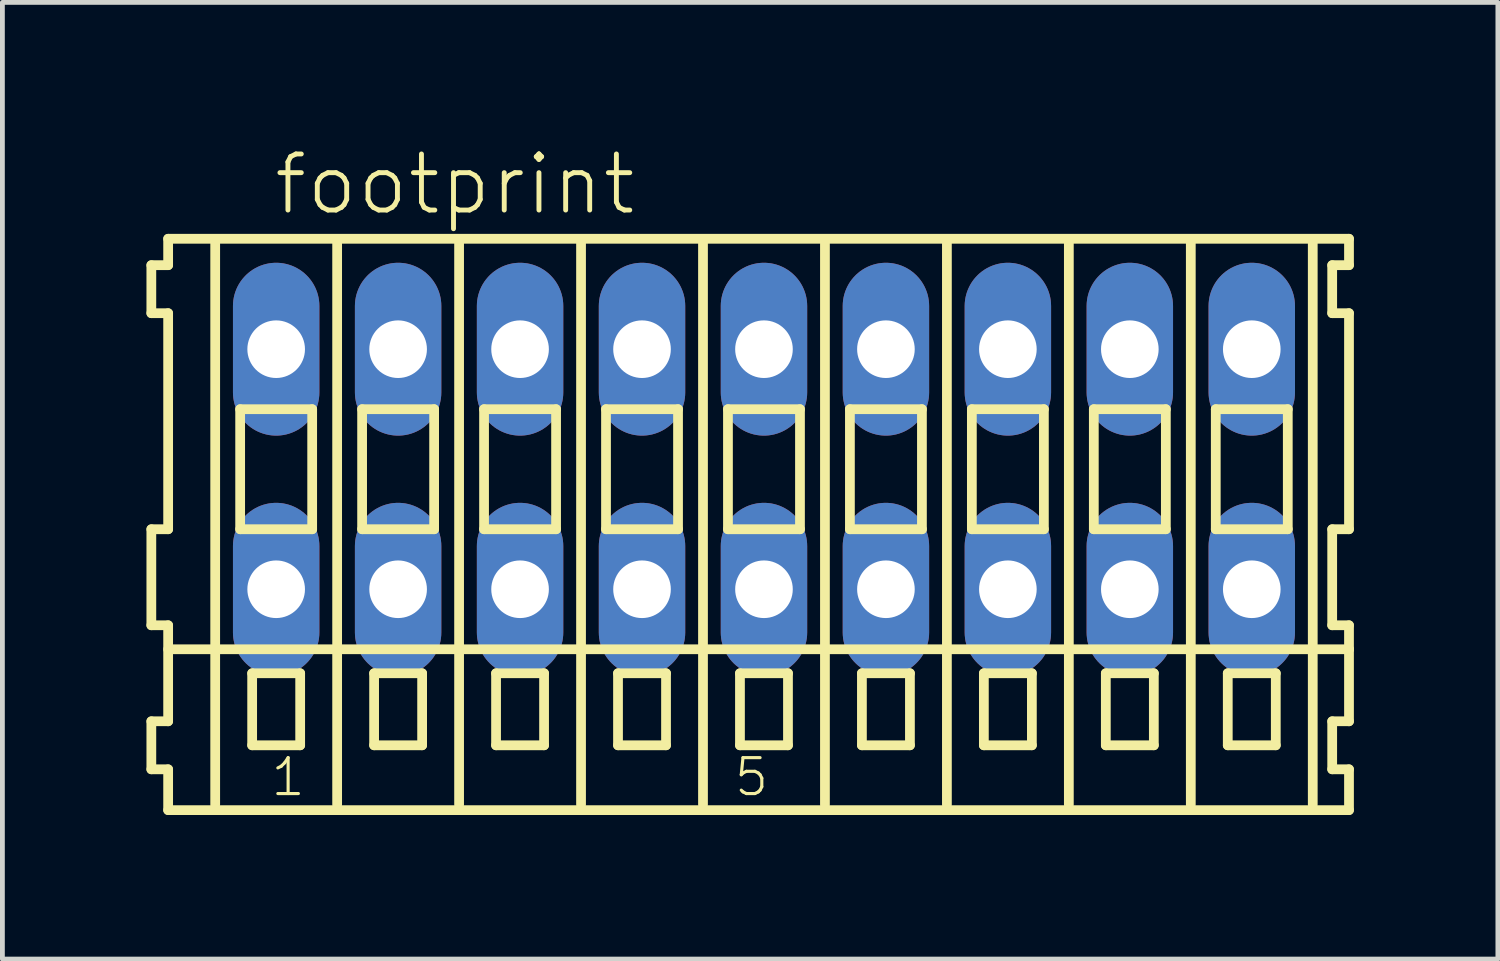
<source format=kicad_pcb>
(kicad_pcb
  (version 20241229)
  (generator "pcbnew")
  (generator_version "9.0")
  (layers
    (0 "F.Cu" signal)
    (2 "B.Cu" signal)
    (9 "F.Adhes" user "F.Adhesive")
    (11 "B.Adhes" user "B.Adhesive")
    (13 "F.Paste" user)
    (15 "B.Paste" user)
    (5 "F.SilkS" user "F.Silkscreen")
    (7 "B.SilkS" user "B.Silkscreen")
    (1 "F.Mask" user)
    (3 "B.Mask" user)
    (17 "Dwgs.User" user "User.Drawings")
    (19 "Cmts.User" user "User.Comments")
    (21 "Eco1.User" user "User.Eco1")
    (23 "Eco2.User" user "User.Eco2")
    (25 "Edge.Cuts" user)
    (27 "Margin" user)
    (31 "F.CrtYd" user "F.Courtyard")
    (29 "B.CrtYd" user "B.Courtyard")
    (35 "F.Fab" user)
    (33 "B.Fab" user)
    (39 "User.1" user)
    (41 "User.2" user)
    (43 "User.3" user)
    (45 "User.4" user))
  (footprint "footprint"
    (layer "F.Cu")
    (at 12.862 6.723)
    (property "Reference" "footprint" (at -10.26 -5.25 0) (layer "F.SilkS") (effects (font (size 1.168 1.168) (thickness 0.102)) (justify left bottom)))
    (fp_line (start -12.76 -4.25) (end -12.76 -3.25) (stroke (width 0.203) (type solid)) (layer "F.SilkS"))
    (fp_line (start -12.76 -3.25) (end -12.41 -3.25) (stroke (width 0.203) (type solid)) (layer "F.SilkS"))
    (fp_line (start -12.76 1.25) (end -12.76 3.25) (stroke (width 0.203) (type solid)) (layer "F.SilkS"))
    (fp_line (start -12.76 3.25) (end -12.41 3.25) (stroke (width 0.203) (type solid)) (layer "F.SilkS"))
    (fp_line (start -12.76 5.25) (end -12.76 6.25) (stroke (width 0.203) (type solid)) (layer "F.SilkS"))
    (fp_line (start -12.76 6.25) (end -12.41 6.25) (stroke (width 0.203) (type solid)) (layer "F.SilkS"))
    (fp_line (start -12.41 -4.8) (end -12.41 -4.25) (stroke (width 0.203) (type solid)) (layer "F.SilkS"))
    (fp_line (start -12.41 -4.25) (end -12.76 -4.25) (stroke (width 0.203) (type solid)) (layer "F.SilkS"))
    (fp_line (start -12.41 -3.25) (end -12.41 1.25) (stroke (width 0.203) (type solid)) (layer "F.SilkS"))
    (fp_line (start -12.41 1.25) (end -12.76 1.25) (stroke (width 0.203) (type solid)) (layer "F.SilkS"))
    (fp_line (start -12.41 3.25) (end -12.41 5.25) (stroke (width 0.203) (type solid)) (layer "F.SilkS"))
    (fp_line (start -12.41 3.75) (end 12.185 3.75) (stroke (width 0.203) (type solid)) (layer "F.SilkS"))
    (fp_line (start -12.41 5.25) (end -12.76 5.25) (stroke (width 0.203) (type solid)) (layer "F.SilkS"))
    (fp_line (start -12.41 6.25) (end -12.41 7.1) (stroke (width 0.203) (type solid)) (layer "F.SilkS"))
    (fp_line (start -12.41 7.1) (end 12.185 7.1) (stroke (width 0.203) (type solid)) (layer "F.SilkS"))
    (fp_line (start -11.43 6.985) (end -11.43 -4.699) (stroke (width 0.203) (type solid)) (layer "F.SilkS"))
    (fp_line (start -10.91 -1.25) (end -10.91 1.25) (stroke (width 0.203) (type solid)) (layer "F.SilkS"))
    (fp_line (start -10.91 1.25) (end -9.41 1.25) (stroke (width 0.203) (type solid)) (layer "F.SilkS"))
    (fp_line (start -10.66 4.25) (end -10.66 5.75) (stroke (width 0.203) (type solid)) (layer "F.SilkS"))
    (fp_line (start -10.66 5.75) (end -9.66 5.75) (stroke (width 0.203) (type solid)) (layer "F.SilkS"))
    (fp_line (start -9.66 4.25) (end -10.66 4.25) (stroke (width 0.203) (type solid)) (layer "F.SilkS"))
    (fp_line (start -9.66 5.75) (end -9.66 4.25) (stroke (width 0.203) (type solid)) (layer "F.SilkS"))
    (fp_line (start -9.41 -1.25) (end -10.91 -1.25) (stroke (width 0.203) (type solid)) (layer "F.SilkS"))
    (fp_line (start -9.41 1.25) (end -9.41 -1.25) (stroke (width 0.203) (type solid)) (layer "F.SilkS"))
    (fp_line (start -8.89 6.985) (end -8.89 -4.699) (stroke (width 0.203) (type solid)) (layer "F.SilkS"))
    (fp_line (start -8.37 -1.25) (end -8.37 1.25) (stroke (width 0.203) (type solid)) (layer "F.SilkS"))
    (fp_line (start -8.37 1.25) (end -6.87 1.25) (stroke (width 0.203) (type solid)) (layer "F.SilkS"))
    (fp_line (start -8.12 4.25) (end -8.12 5.75) (stroke (width 0.203) (type solid)) (layer "F.SilkS"))
    (fp_line (start -8.12 5.75) (end -7.12 5.75) (stroke (width 0.203) (type solid)) (layer "F.SilkS"))
    (fp_line (start -7.12 4.25) (end -8.12 4.25) (stroke (width 0.203) (type solid)) (layer "F.SilkS"))
    (fp_line (start -7.12 5.75) (end -7.12 4.25) (stroke (width 0.203) (type solid)) (layer "F.SilkS"))
    (fp_line (start -6.87 -1.25) (end -8.37 -1.25) (stroke (width 0.203) (type solid)) (layer "F.SilkS"))
    (fp_line (start -6.87 1.25) (end -6.87 -1.25) (stroke (width 0.203) (type solid)) (layer "F.SilkS"))
    (fp_line (start -6.35 6.985) (end -6.35 -4.699) (stroke (width 0.203) (type solid)) (layer "F.SilkS"))
    (fp_line (start -5.83 -1.25) (end -5.83 1.25) (stroke (width 0.203) (type solid)) (layer "F.SilkS"))
    (fp_line (start -5.83 1.25) (end -4.33 1.25) (stroke (width 0.203) (type solid)) (layer "F.SilkS"))
    (fp_line (start -5.58 4.25) (end -5.58 5.75) (stroke (width 0.203) (type solid)) (layer "F.SilkS"))
    (fp_line (start -5.58 5.75) (end -4.58 5.75) (stroke (width 0.203) (type solid)) (layer "F.SilkS"))
    (fp_line (start -4.58 4.25) (end -5.58 4.25) (stroke (width 0.203) (type solid)) (layer "F.SilkS"))
    (fp_line (start -4.58 5.75) (end -4.58 4.25) (stroke (width 0.203) (type solid)) (layer "F.SilkS"))
    (fp_line (start -4.33 -1.25) (end -5.83 -1.25) (stroke (width 0.203) (type solid)) (layer "F.SilkS"))
    (fp_line (start -4.33 1.25) (end -4.33 -1.25) (stroke (width 0.203) (type solid)) (layer "F.SilkS"))
    (fp_line (start -3.81 6.985) (end -3.81 -4.699) (stroke (width 0.203) (type solid)) (layer "F.SilkS"))
    (fp_line (start -3.29 -1.25) (end -3.29 1.25) (stroke (width 0.203) (type solid)) (layer "F.SilkS"))
    (fp_line (start -3.29 1.25) (end -1.79 1.25) (stroke (width 0.203) (type solid)) (layer "F.SilkS"))
    (fp_line (start -3.04 4.25) (end -3.04 5.75) (stroke (width 0.203) (type solid)) (layer "F.SilkS"))
    (fp_line (start -3.04 5.75) (end -2.04 5.75) (stroke (width 0.203) (type solid)) (layer "F.SilkS"))
    (fp_line (start -2.04 4.25) (end -3.04 4.25) (stroke (width 0.203) (type solid)) (layer "F.SilkS"))
    (fp_line (start -2.04 5.75) (end -2.04 4.25) (stroke (width 0.203) (type solid)) (layer "F.SilkS"))
    (fp_line (start -1.79 -1.25) (end -3.29 -1.25) (stroke (width 0.203) (type solid)) (layer "F.SilkS"))
    (fp_line (start -1.79 1.25) (end -1.79 -1.25) (stroke (width 0.203) (type solid)) (layer "F.SilkS"))
    (fp_line (start -1.27 6.985) (end -1.27 -4.699) (stroke (width 0.203) (type solid)) (layer "F.SilkS"))
    (fp_line (start -0.75 -1.25) (end -0.75 1.25) (stroke (width 0.203) (type solid)) (layer "F.SilkS"))
    (fp_line (start -0.75 1.25) (end 0.75 1.25) (stroke (width 0.203) (type solid)) (layer "F.SilkS"))
    (fp_line (start -0.5 4.25) (end -0.5 5.75) (stroke (width 0.203) (type solid)) (layer "F.SilkS"))
    (fp_line (start -0.5 5.75) (end 0.5 5.75) (stroke (width 0.203) (type solid)) (layer "F.SilkS"))
    (fp_line (start 0.5 4.25) (end -0.5 4.25) (stroke (width 0.203) (type solid)) (layer "F.SilkS"))
    (fp_line (start 0.5 5.75) (end 0.5 4.25) (stroke (width 0.203) (type solid)) (layer "F.SilkS"))
    (fp_line (start 0.75 -1.25) (end -0.75 -1.25) (stroke (width 0.203) (type solid)) (layer "F.SilkS"))
    (fp_line (start 0.75 1.25) (end 0.75 -1.25) (stroke (width 0.203) (type solid)) (layer "F.SilkS"))
    (fp_line (start 1.27 6.985) (end 1.27 -4.699) (stroke (width 0.203) (type solid)) (layer "F.SilkS"))
    (fp_line (start 1.79 -1.25) (end 1.79 1.25) (stroke (width 0.203) (type solid)) (layer "F.SilkS"))
    (fp_line (start 1.79 1.25) (end 3.29 1.25) (stroke (width 0.203) (type solid)) (layer "F.SilkS"))
    (fp_line (start 2.04 4.25) (end 2.04 5.75) (stroke (width 0.203) (type solid)) (layer "F.SilkS"))
    (fp_line (start 2.04 5.75) (end 3.04 5.75) (stroke (width 0.203) (type solid)) (layer "F.SilkS"))
    (fp_line (start 3.04 4.25) (end 2.04 4.25) (stroke (width 0.203) (type solid)) (layer "F.SilkS"))
    (fp_line (start 3.04 5.75) (end 3.04 4.25) (stroke (width 0.203) (type solid)) (layer "F.SilkS"))
    (fp_line (start 3.29 -1.25) (end 1.79 -1.25) (stroke (width 0.203) (type solid)) (layer "F.SilkS"))
    (fp_line (start 3.29 1.25) (end 3.29 -1.25) (stroke (width 0.203) (type solid)) (layer "F.SilkS"))
    (fp_line (start 3.81 6.985) (end 3.81 -4.699) (stroke (width 0.203) (type solid)) (layer "F.SilkS"))
    (fp_line (start 4.33 -1.25) (end 4.33 1.25) (stroke (width 0.203) (type solid)) (layer "F.SilkS"))
    (fp_line (start 4.33 1.25) (end 5.83 1.25) (stroke (width 0.203) (type solid)) (layer "F.SilkS"))
    (fp_line (start 4.58 4.25) (end 4.58 5.75) (stroke (width 0.203) (type solid)) (layer "F.SilkS"))
    (fp_line (start 4.58 5.75) (end 5.58 5.75) (stroke (width 0.203) (type solid)) (layer "F.SilkS"))
    (fp_line (start 5.58 4.25) (end 4.58 4.25) (stroke (width 0.203) (type solid)) (layer "F.SilkS"))
    (fp_line (start 5.58 5.75) (end 5.58 4.25) (stroke (width 0.203) (type solid)) (layer "F.SilkS"))
    (fp_line (start 5.83 -1.25) (end 4.33 -1.25) (stroke (width 0.203) (type solid)) (layer "F.SilkS"))
    (fp_line (start 5.83 1.25) (end 5.83 -1.25) (stroke (width 0.203) (type solid)) (layer "F.SilkS"))
    (fp_line (start 6.35 6.985) (end 6.35 -4.699) (stroke (width 0.203) (type solid)) (layer "F.SilkS"))
    (fp_line (start 6.87 -1.25) (end 6.87 1.25) (stroke (width 0.203) (type solid)) (layer "F.SilkS"))
    (fp_line (start 6.87 1.25) (end 8.37 1.25) (stroke (width 0.203) (type solid)) (layer "F.SilkS"))
    (fp_line (start 7.12 4.25) (end 7.12 5.75) (stroke (width 0.203) (type solid)) (layer "F.SilkS"))
    (fp_line (start 7.12 5.75) (end 8.12 5.75) (stroke (width 0.203) (type solid)) (layer "F.SilkS"))
    (fp_line (start 8.12 4.25) (end 7.12 4.25) (stroke (width 0.203) (type solid)) (layer "F.SilkS"))
    (fp_line (start 8.12 5.75) (end 8.12 4.25) (stroke (width 0.203) (type solid)) (layer "F.SilkS"))
    (fp_line (start 8.37 -1.25) (end 6.87 -1.25) (stroke (width 0.203) (type solid)) (layer "F.SilkS"))
    (fp_line (start 8.37 1.25) (end 8.37 -1.25) (stroke (width 0.203) (type solid)) (layer "F.SilkS"))
    (fp_line (start 8.89 6.985) (end 8.89 -4.699) (stroke (width 0.203) (type solid)) (layer "F.SilkS"))
    (fp_line (start 9.41 -1.25) (end 9.41 1.25) (stroke (width 0.203) (type solid)) (layer "F.SilkS"))
    (fp_line (start 9.41 1.25) (end 10.91 1.25) (stroke (width 0.203) (type solid)) (layer "F.SilkS"))
    (fp_line (start 9.66 4.25) (end 9.66 5.75) (stroke (width 0.203) (type solid)) (layer "F.SilkS"))
    (fp_line (start 9.66 5.75) (end 10.66 5.75) (stroke (width 0.203) (type solid)) (layer "F.SilkS"))
    (fp_line (start 10.66 4.25) (end 9.66 4.25) (stroke (width 0.203) (type solid)) (layer "F.SilkS"))
    (fp_line (start 10.66 5.75) (end 10.66 4.25) (stroke (width 0.203) (type solid)) (layer "F.SilkS"))
    (fp_line (start 10.91 -1.25) (end 9.41 -1.25) (stroke (width 0.203) (type solid)) (layer "F.SilkS"))
    (fp_line (start 10.91 1.25) (end 10.91 -1.25) (stroke (width 0.203) (type solid)) (layer "F.SilkS"))
    (fp_line (start 11.43 6.985) (end 11.43 -4.699) (stroke (width 0.203) (type solid)) (layer "F.SilkS"))
    (fp_line (start 11.835 -4.25) (end 11.835 -3.25) (stroke (width 0.203) (type solid)) (layer "F.SilkS"))
    (fp_line (start 11.835 -3.25) (end 12.185 -3.25) (stroke (width 0.203) (type solid)) (layer "F.SilkS"))
    (fp_line (start 11.835 1.25) (end 11.835 3.25) (stroke (width 0.203) (type solid)) (layer "F.SilkS"))
    (fp_line (start 11.835 3.25) (end 12.185 3.25) (stroke (width 0.203) (type solid)) (layer "F.SilkS"))
    (fp_line (start 11.835 5.25) (end 11.835 6.25) (stroke (width 0.203) (type solid)) (layer "F.SilkS"))
    (fp_line (start 11.835 6.25) (end 12.185 6.25) (stroke (width 0.203) (type solid)) (layer "F.SilkS"))
    (fp_line (start 12.185 -4.8) (end -12.41 -4.8) (stroke (width 0.203) (type solid)) (layer "F.SilkS"))
    (fp_line (start 12.185 -4.25) (end 11.835 -4.25) (stroke (width 0.203) (type solid)) (layer "F.SilkS"))
    (fp_line (start 12.185 -4.25) (end 12.185 -4.8) (stroke (width 0.203) (type solid)) (layer "F.SilkS"))
    (fp_line (start 12.185 1.25) (end 11.835 1.25) (stroke (width 0.203) (type solid)) (layer "F.SilkS"))
    (fp_line (start 12.185 1.25) (end 12.185 -3.25) (stroke (width 0.203) (type solid)) (layer "F.SilkS"))
    (fp_line (start 12.185 3.75) (end 12.185 3.25) (stroke (width 0.203) (type solid)) (layer "F.SilkS"))
    (fp_line (start 12.185 5.25) (end 11.835 5.25) (stroke (width 0.203) (type solid)) (layer "F.SilkS"))
    (fp_line (start 12.185 5.25) (end 12.185 3.75) (stroke (width 0.203) (type solid)) (layer "F.SilkS"))
    (fp_line (start 12.185 7.1) (end 12.185 6.25) (stroke (width 0.203) (type solid)) (layer "F.SilkS"))
    (fp_text user "5" (at -0.658 6.85 0) (layer "F.SilkS") (effects (font (size 0.748 0.748) (thickness 0.065)) (justify left bottom)))
    (fp_text user "1" (at -10.31 6.85 0) (layer "F.SilkS") (effects (font (size 0.748 0.748) (thickness 0.065)) (justify left bottom)))
    (pad "A1" thru_hole oval (at -10.16 -2.5 90) (size 3.6 1.8) (drill 1.2) (layers "*.Cu" "*.Mask"))
    (pad "A2" thru_hole oval (at -7.62 -2.5 90) (size 3.6 1.8) (drill 1.2) (layers "*.Cu" "*.Mask"))
    (pad "A3" thru_hole oval (at -5.08 -2.5 90) (size 3.6 1.8) (drill 1.2) (layers "*.Cu" "*.Mask"))
    (pad "A4" thru_hole oval (at -2.54 -2.5 90) (size 3.6 1.8) (drill 1.2) (layers "*.Cu" "*.Mask"))
    (pad "A5" thru_hole oval (at 0 -2.5 90) (size 3.6 1.8) (drill 1.2) (layers "*.Cu" "*.Mask"))
    (pad "A6" thru_hole oval (at 2.54 -2.5 90) (size 3.6 1.8) (drill 1.2) (layers "*.Cu" "*.Mask"))
    (pad "A7" thru_hole oval (at 5.08 -2.5 90) (size 3.6 1.8) (drill 1.2) (layers "*.Cu" "*.Mask"))
    (pad "A8" thru_hole oval (at 7.62 -2.5 90) (size 3.6 1.8) (drill 1.2) (layers "*.Cu" "*.Mask"))
    (pad "A9" thru_hole oval (at 10.16 -2.5 90) (size 3.6 1.8) (drill 1.2) (layers "*.Cu" "*.Mask"))
    (pad "B1" thru_hole oval (at -10.16 2.5 90) (size 3.6 1.8) (drill 1.2) (layers "*.Cu" "*.Mask"))
    (pad "B2" thru_hole oval (at -7.62 2.5 90) (size 3.6 1.8) (drill 1.2) (layers "*.Cu" "*.Mask"))
    (pad "B3" thru_hole oval (at -5.08 2.5 90) (size 3.6 1.8) (drill 1.2) (layers "*.Cu" "*.Mask"))
    (pad "B4" thru_hole oval (at -2.54 2.5 90) (size 3.6 1.8) (drill 1.2) (layers "*.Cu" "*.Mask"))
    (pad "B5" thru_hole oval (at 0 2.5 90) (size 3.6 1.8) (drill 1.2) (layers "*.Cu" "*.Mask"))
    (pad "B6" thru_hole oval (at 2.54 2.5 90) (size 3.6 1.8) (drill 1.2) (layers "*.Cu" "*.Mask"))
    (pad "B7" thru_hole oval (at 5.08 2.5 90) (size 3.6 1.8) (drill 1.2) (layers "*.Cu" "*.Mask"))
    (pad "B8" thru_hole oval (at 7.62 2.5 90) (size 3.6 1.8) (drill 1.2) (layers "*.Cu" "*.Mask"))
    (pad "B9" thru_hole oval (at 10.16 2.5 90) (size 3.6 1.8) (drill 1.2) (layers "*.Cu" "*.Mask")))
  (gr_rect
    (start -3 -3)
    (end 28.148 16.925)
    (stroke (width 0.1) (type default))
    (fill no)
    (layer "Edge.Cuts")))
</source>
